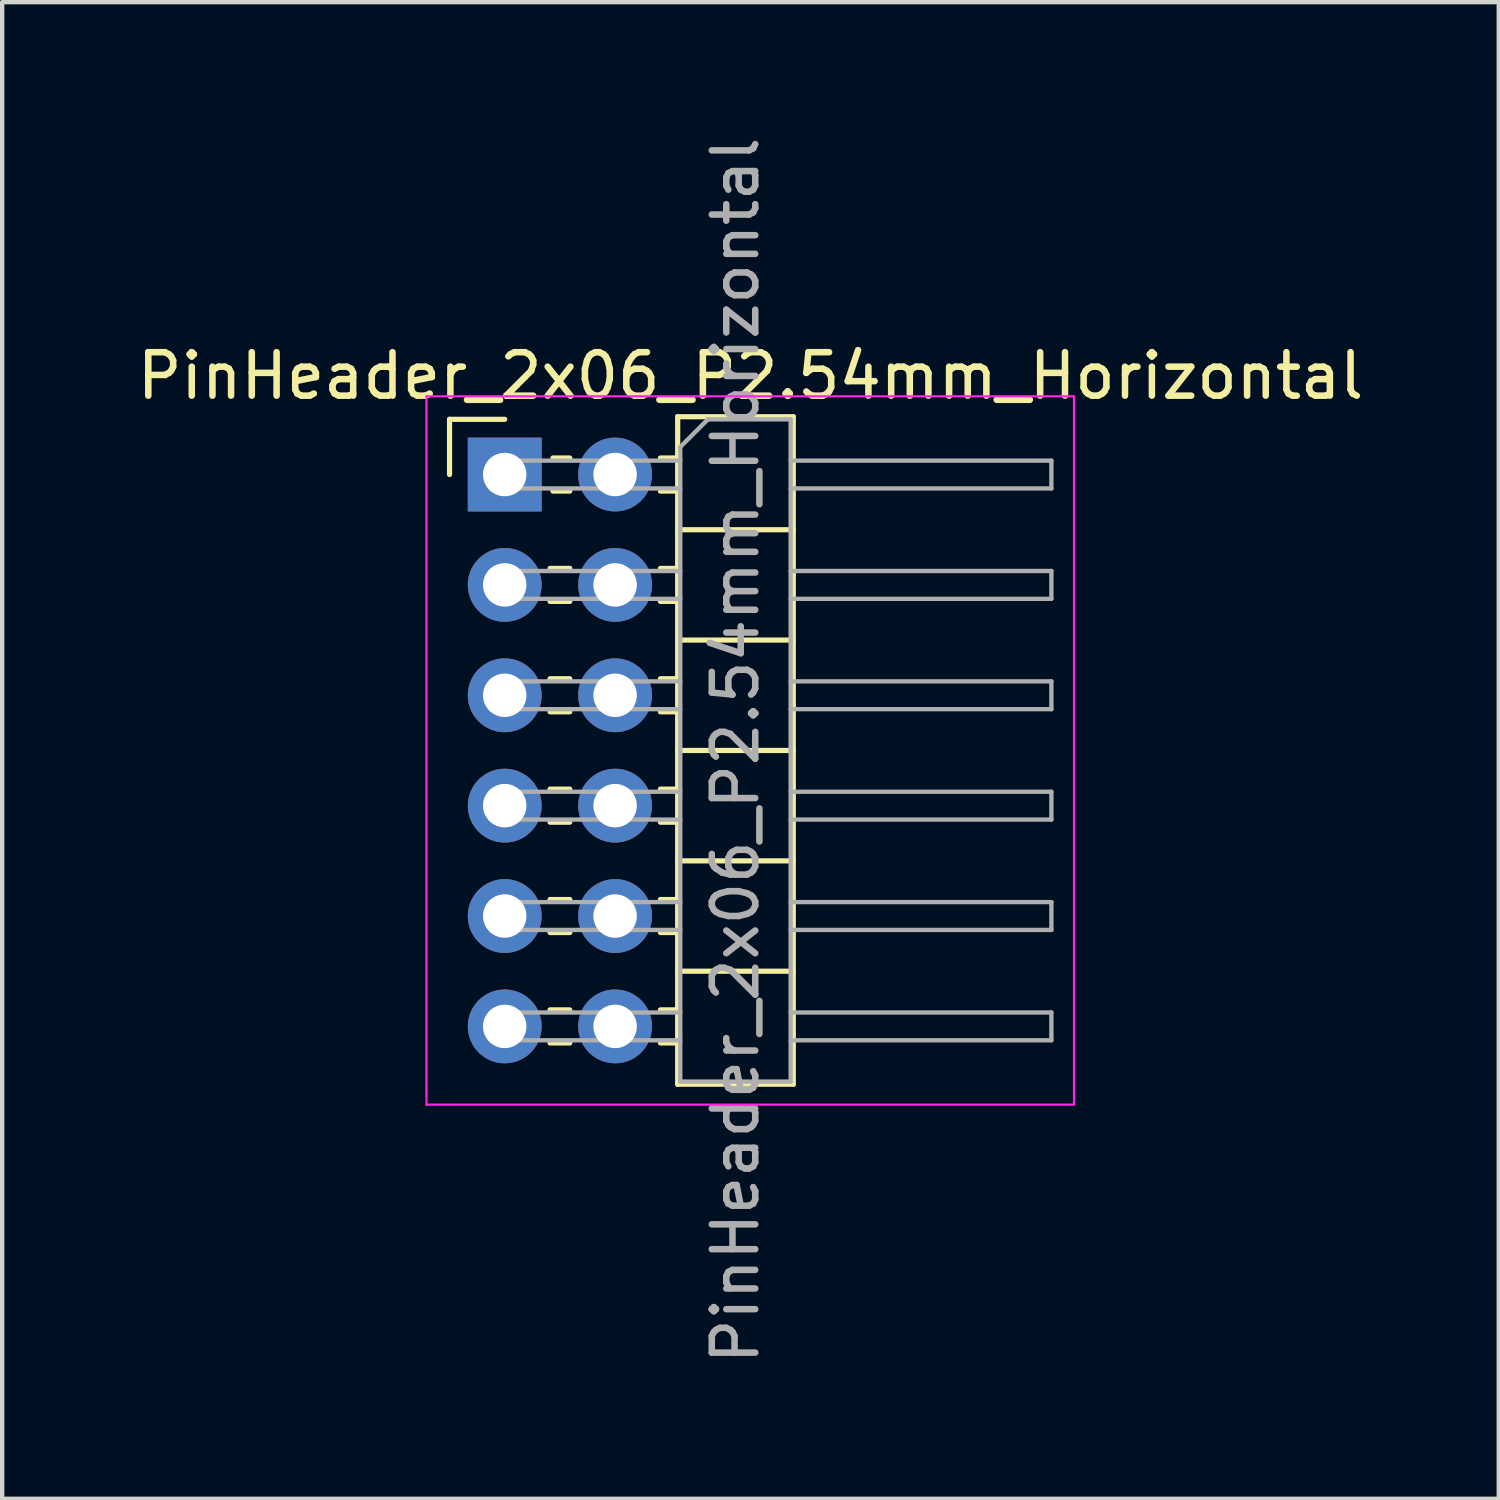
<source format=kicad_pcb>
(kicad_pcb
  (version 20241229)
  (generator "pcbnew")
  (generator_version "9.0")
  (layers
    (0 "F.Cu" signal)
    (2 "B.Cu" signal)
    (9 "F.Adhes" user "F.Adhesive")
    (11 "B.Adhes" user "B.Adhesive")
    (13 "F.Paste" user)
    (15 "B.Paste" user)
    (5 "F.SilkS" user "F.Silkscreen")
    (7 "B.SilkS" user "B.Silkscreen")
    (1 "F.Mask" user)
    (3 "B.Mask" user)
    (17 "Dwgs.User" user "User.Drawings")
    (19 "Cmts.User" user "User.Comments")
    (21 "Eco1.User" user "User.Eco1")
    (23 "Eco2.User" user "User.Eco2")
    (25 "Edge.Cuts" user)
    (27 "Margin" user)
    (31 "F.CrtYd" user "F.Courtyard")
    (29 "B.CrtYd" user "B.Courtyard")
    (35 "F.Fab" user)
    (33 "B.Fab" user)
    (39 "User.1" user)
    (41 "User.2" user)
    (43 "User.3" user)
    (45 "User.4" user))
  (footprint "PinHeader_2x06_P2.54mm_Horizontal"
    (layer "F.Cu")
    (at 8.565 7.87)
    (property "Reference" "PinHeader_2x06_P2.54mm_Horizontal" (at 5.655 -2.27 0) (layer "F.SilkS") (effects (font (size 1 1) (thickness 0.15))))
    (attr through_hole)
    (fp_line (start -1.27 -1.27) (end 0 -1.27) (stroke (width 0.12) (type solid)) (layer "F.SilkS"))
    (fp_line (start -1.27 0) (end -1.27 -1.27) (stroke (width 0.12) (type solid)) (layer "F.SilkS"))
    (fp_line (start 1.043 2.16) (end 1.497 2.16) (stroke (width 0.12) (type solid)) (layer "F.SilkS"))
    (fp_line (start 1.043 2.92) (end 1.497 2.92) (stroke (width 0.12) (type solid)) (layer "F.SilkS"))
    (fp_line (start 1.043 4.7) (end 1.497 4.7) (stroke (width 0.12) (type solid)) (layer "F.SilkS"))
    (fp_line (start 1.043 5.46) (end 1.497 5.46) (stroke (width 0.12) (type solid)) (layer "F.SilkS"))
    (fp_line (start 1.043 7.24) (end 1.497 7.24) (stroke (width 0.12) (type solid)) (layer "F.SilkS"))
    (fp_line (start 1.043 8) (end 1.497 8) (stroke (width 0.12) (type solid)) (layer "F.SilkS"))
    (fp_line (start 1.043 9.78) (end 1.497 9.78) (stroke (width 0.12) (type solid)) (layer "F.SilkS"))
    (fp_line (start 1.043 10.54) (end 1.497 10.54) (stroke (width 0.12) (type solid)) (layer "F.SilkS"))
    (fp_line (start 1.043 12.32) (end 1.497 12.32) (stroke (width 0.12) (type solid)) (layer "F.SilkS"))
    (fp_line (start 1.043 13.08) (end 1.497 13.08) (stroke (width 0.12) (type solid)) (layer "F.SilkS"))
    (fp_line (start 1.11 -0.38) (end 1.497 -0.38) (stroke (width 0.12) (type solid)) (layer "F.SilkS"))
    (fp_line (start 1.11 0.38) (end 1.497 0.38) (stroke (width 0.12) (type solid)) (layer "F.SilkS"))
    (fp_line (start 3.583 -0.38) (end 3.98 -0.38) (stroke (width 0.12) (type solid)) (layer "F.SilkS"))
    (fp_line (start 3.583 0.38) (end 3.98 0.38) (stroke (width 0.12) (type solid)) (layer "F.SilkS"))
    (fp_line (start 3.583 2.16) (end 3.98 2.16) (stroke (width 0.12) (type solid)) (layer "F.SilkS"))
    (fp_line (start 3.583 2.92) (end 3.98 2.92) (stroke (width 0.12) (type solid)) (layer "F.SilkS"))
    (fp_line (start 3.583 4.7) (end 3.98 4.7) (stroke (width 0.12) (type solid)) (layer "F.SilkS"))
    (fp_line (start 3.583 5.46) (end 3.98 5.46) (stroke (width 0.12) (type solid)) (layer "F.SilkS"))
    (fp_line (start 3.583 7.24) (end 3.98 7.24) (stroke (width 0.12) (type solid)) (layer "F.SilkS"))
    (fp_line (start 3.583 8) (end 3.98 8) (stroke (width 0.12) (type solid)) (layer "F.SilkS"))
    (fp_line (start 3.583 9.78) (end 3.98 9.78) (stroke (width 0.12) (type solid)) (layer "F.SilkS"))
    (fp_line (start 3.583 10.54) (end 3.98 10.54) (stroke (width 0.12) (type solid)) (layer "F.SilkS"))
    (fp_line (start 3.583 12.32) (end 3.98 12.32) (stroke (width 0.12) (type solid)) (layer "F.SilkS"))
    (fp_line (start 3.583 13.08) (end 3.98 13.08) (stroke (width 0.12) (type solid)) (layer "F.SilkS"))
    (fp_line (start 3.98 -1.33) (end 3.98 14.03) (stroke (width 0.12) (type solid)) (layer "F.SilkS"))
    (fp_line (start 3.98 1.27) (end 6.64 1.27) (stroke (width 0.12) (type solid)) (layer "F.SilkS"))
    (fp_line (start 3.98 3.81) (end 6.64 3.81) (stroke (width 0.12) (type solid)) (layer "F.SilkS"))
    (fp_line (start 3.98 6.35) (end 6.64 6.35) (stroke (width 0.12) (type solid)) (layer "F.SilkS"))
    (fp_line (start 3.98 8.89) (end 6.64 8.89) (stroke (width 0.12) (type solid)) (layer "F.SilkS"))
    (fp_line (start 3.98 11.43) (end 6.64 11.43) (stroke (width 0.12) (type solid)) (layer "F.SilkS"))
    (fp_line (start 3.98 14.03) (end 6.64 14.03) (stroke (width 0.12) (type solid)) (layer "F.SilkS"))
    (fp_line (start 6.64 -1.33) (end 3.98 -1.33) (stroke (width 0.12) (type solid)) (layer "F.SilkS"))
    (fp_line (start 6.64 14.03) (end 6.64 -1.33) (stroke (width 0.12) (type solid)) (layer "F.SilkS"))
    (fp_line (start -1.8 -1.8) (end -1.8 14.5) (stroke (width 0.05) (type solid)) (layer "F.CrtYd"))
    (fp_line (start -1.8 14.5) (end 13.1 14.5) (stroke (width 0.05) (type solid)) (layer "F.CrtYd"))
    (fp_line (start 13.1 -1.8) (end -1.8 -1.8) (stroke (width 0.05) (type solid)) (layer "F.CrtYd"))
    (fp_line (start 13.1 14.5) (end 13.1 -1.8) (stroke (width 0.05) (type solid)) (layer "F.CrtYd"))
    (fp_line (start -0.32 -0.32) (end -0.32 0.32) (stroke (width 0.1) (type solid)) (layer "F.Fab"))
    (fp_line (start -0.32 -0.32) (end 4.04 -0.32) (stroke (width 0.1) (type solid)) (layer "F.Fab"))
    (fp_line (start -0.32 0.32) (end 4.04 0.32) (stroke (width 0.1) (type solid)) (layer "F.Fab"))
    (fp_line (start -0.32 2.22) (end -0.32 2.86) (stroke (width 0.1) (type solid)) (layer "F.Fab"))
    (fp_line (start -0.32 2.22) (end 4.04 2.22) (stroke (width 0.1) (type solid)) (layer "F.Fab"))
    (fp_line (start -0.32 2.86) (end 4.04 2.86) (stroke (width 0.1) (type solid)) (layer "F.Fab"))
    (fp_line (start -0.32 4.76) (end -0.32 5.4) (stroke (width 0.1) (type solid)) (layer "F.Fab"))
    (fp_line (start -0.32 4.76) (end 4.04 4.76) (stroke (width 0.1) (type solid)) (layer "F.Fab"))
    (fp_line (start -0.32 5.4) (end 4.04 5.4) (stroke (width 0.1) (type solid)) (layer "F.Fab"))
    (fp_line (start -0.32 7.3) (end -0.32 7.94) (stroke (width 0.1) (type solid)) (layer "F.Fab"))
    (fp_line (start -0.32 7.3) (end 4.04 7.3) (stroke (width 0.1) (type solid)) (layer "F.Fab"))
    (fp_line (start -0.32 7.94) (end 4.04 7.94) (stroke (width 0.1) (type solid)) (layer "F.Fab"))
    (fp_line (start -0.32 9.84) (end -0.32 10.48) (stroke (width 0.1) (type solid)) (layer "F.Fab"))
    (fp_line (start -0.32 9.84) (end 4.04 9.84) (stroke (width 0.1) (type solid)) (layer "F.Fab"))
    (fp_line (start -0.32 10.48) (end 4.04 10.48) (stroke (width 0.1) (type solid)) (layer "F.Fab"))
    (fp_line (start -0.32 12.38) (end -0.32 13.02) (stroke (width 0.1) (type solid)) (layer "F.Fab"))
    (fp_line (start -0.32 12.38) (end 4.04 12.38) (stroke (width 0.1) (type solid)) (layer "F.Fab"))
    (fp_line (start -0.32 13.02) (end 4.04 13.02) (stroke (width 0.1) (type solid)) (layer "F.Fab"))
    (fp_line (start 4.04 -0.635) (end 4.675 -1.27) (stroke (width 0.1) (type solid)) (layer "F.Fab"))
    (fp_line (start 4.04 13.97) (end 4.04 -0.635) (stroke (width 0.1) (type solid)) (layer "F.Fab"))
    (fp_line (start 4.675 -1.27) (end 6.58 -1.27) (stroke (width 0.1) (type solid)) (layer "F.Fab"))
    (fp_line (start 6.58 -1.27) (end 6.58 13.97) (stroke (width 0.1) (type solid)) (layer "F.Fab"))
    (fp_line (start 6.58 -0.32) (end 12.58 -0.32) (stroke (width 0.1) (type solid)) (layer "F.Fab"))
    (fp_line (start 6.58 0.32) (end 12.58 0.32) (stroke (width 0.1) (type solid)) (layer "F.Fab"))
    (fp_line (start 6.58 2.22) (end 12.58 2.22) (stroke (width 0.1) (type solid)) (layer "F.Fab"))
    (fp_line (start 6.58 2.86) (end 12.58 2.86) (stroke (width 0.1) (type solid)) (layer "F.Fab"))
    (fp_line (start 6.58 4.76) (end 12.58 4.76) (stroke (width 0.1) (type solid)) (layer "F.Fab"))
    (fp_line (start 6.58 5.4) (end 12.58 5.4) (stroke (width 0.1) (type solid)) (layer "F.Fab"))
    (fp_line (start 6.58 7.3) (end 12.58 7.3) (stroke (width 0.1) (type solid)) (layer "F.Fab"))
    (fp_line (start 6.58 7.94) (end 12.58 7.94) (stroke (width 0.1) (type solid)) (layer "F.Fab"))
    (fp_line (start 6.58 9.84) (end 12.58 9.84) (stroke (width 0.1) (type solid)) (layer "F.Fab"))
    (fp_line (start 6.58 10.48) (end 12.58 10.48) (stroke (width 0.1) (type solid)) (layer "F.Fab"))
    (fp_line (start 6.58 12.38) (end 12.58 12.38) (stroke (width 0.1) (type solid)) (layer "F.Fab"))
    (fp_line (start 6.58 13.02) (end 12.58 13.02) (stroke (width 0.1) (type solid)) (layer "F.Fab"))
    (fp_line (start 6.58 13.97) (end 4.04 13.97) (stroke (width 0.1) (type solid)) (layer "F.Fab"))
    (fp_line (start 12.58 -0.32) (end 12.58 0.32) (stroke (width 0.1) (type solid)) (layer "F.Fab"))
    (fp_line (start 12.58 2.22) (end 12.58 2.86) (stroke (width 0.1) (type solid)) (layer "F.Fab"))
    (fp_line (start 12.58 4.76) (end 12.58 5.4) (stroke (width 0.1) (type solid)) (layer "F.Fab"))
    (fp_line (start 12.58 7.3) (end 12.58 7.94) (stroke (width 0.1) (type solid)) (layer "F.Fab"))
    (fp_line (start 12.58 9.84) (end 12.58 10.48) (stroke (width 0.1) (type solid)) (layer "F.Fab"))
    (fp_line (start 12.58 12.38) (end 12.58 13.02) (stroke (width 0.1) (type solid)) (layer "F.Fab"))
    (fp_text user "${REFERENCE}" (at 5.31 6.35 90) (layer "F.Fab") (effects (font (size 1 1) (thickness 0.15))))
    (pad "1" thru_hole rect (at 0 0) (size 1.7 1.7) (drill 1) (layers "*.Cu" "*.Mask"))
    (pad "2" thru_hole oval (at 2.54 0) (size 1.7 1.7) (drill 1) (layers "*.Cu" "*.Mask"))
    (pad "3" thru_hole oval (at 0 2.54) (size 1.7 1.7) (drill 1) (layers "*.Cu" "*.Mask"))
    (pad "4" thru_hole oval (at 2.54 2.54) (size 1.7 1.7) (drill 1) (layers "*.Cu" "*.Mask"))
    (pad "5" thru_hole oval (at 0 5.08) (size 1.7 1.7) (drill 1) (layers "*.Cu" "*.Mask"))
    (pad "6" thru_hole oval (at 2.54 5.08) (size 1.7 1.7) (drill 1) (layers "*.Cu" "*.Mask"))
    (pad "7" thru_hole oval (at 0 7.62) (size 1.7 1.7) (drill 1) (layers "*.Cu" "*.Mask"))
    (pad "8" thru_hole oval (at 2.54 7.62) (size 1.7 1.7) (drill 1) (layers "*.Cu" "*.Mask"))
    (pad "9" thru_hole oval (at 0 10.16) (size 1.7 1.7) (drill 1) (layers "*.Cu" "*.Mask"))
    (pad "10" thru_hole oval (at 2.54 10.16) (size 1.7 1.7) (drill 1) (layers "*.Cu" "*.Mask"))
    (pad "11" thru_hole oval (at 0 12.7) (size 1.7 1.7) (drill 1) (layers "*.Cu" "*.Mask"))
    (pad "12" thru_hole oval (at 2.54 12.7) (size 1.7 1.7) (drill 1) (layers "*.Cu" "*.Mask")))
  (gr_rect
    (start -3 -3)
    (end 31.44 31.44)
    (stroke (width 0.1) (type default))
    (fill no)
    (layer "Edge.Cuts")))
</source>
